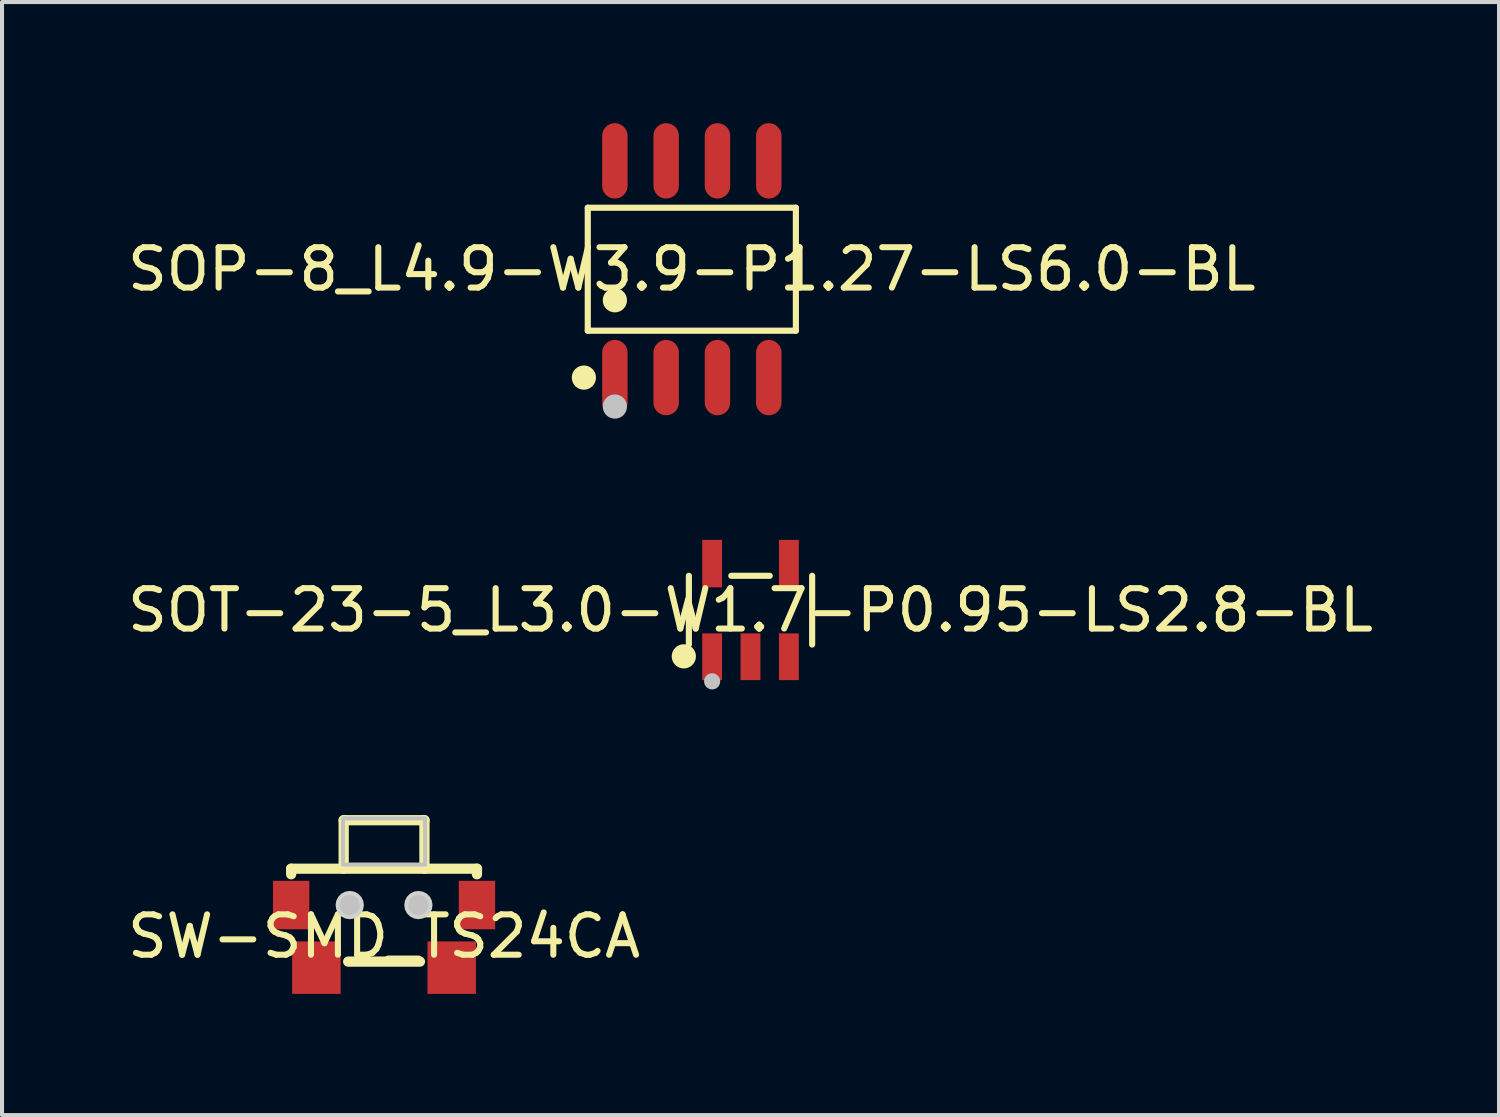
<source format=kicad_pcb>
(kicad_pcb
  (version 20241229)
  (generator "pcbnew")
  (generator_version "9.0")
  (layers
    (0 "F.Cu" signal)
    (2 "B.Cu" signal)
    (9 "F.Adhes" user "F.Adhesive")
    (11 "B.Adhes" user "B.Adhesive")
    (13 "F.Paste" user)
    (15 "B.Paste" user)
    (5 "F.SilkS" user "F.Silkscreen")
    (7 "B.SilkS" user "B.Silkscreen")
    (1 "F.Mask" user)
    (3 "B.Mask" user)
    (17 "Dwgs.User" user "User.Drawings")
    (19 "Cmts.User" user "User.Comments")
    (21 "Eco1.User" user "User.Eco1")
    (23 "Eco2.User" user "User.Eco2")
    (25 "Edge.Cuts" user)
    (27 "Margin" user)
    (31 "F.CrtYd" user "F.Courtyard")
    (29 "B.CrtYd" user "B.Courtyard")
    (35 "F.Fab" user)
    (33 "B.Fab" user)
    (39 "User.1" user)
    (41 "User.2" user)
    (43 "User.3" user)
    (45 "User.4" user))
  (footprint "SOT-23-5_L3.0-W1.7-P0.95-LS2.8-BL"
    (layer "F.Cu")
    (at 15.53 12.056)
    (property "Reference" "SOT-23-5_L3.0-W1.7-P0.95-LS2.8-BL" (at 0 0 0) (layer "F.SilkS") (effects (font (size 1 1) (thickness 0.15))))
    (fp_line (start -1.526 0.851) (end -1.526 -0.851) (stroke (width 0.152) (type default)) (layer "F.SilkS"))
    (fp_line (start 0.476 -0.851) (end -0.476 -0.851) (stroke (width 0.152) (type default)) (layer "F.SilkS"))
    (fp_line (start 1.526 0.851) (end 1.526 -0.851) (stroke (width 0.152) (type default)) (layer "F.SilkS"))
    (fp_circle (center -1.651 1.143) (end -1.501 1.143) (stroke (width 0.3) (type default)) (fill no) (layer "F.SilkS"))
    (fp_circle (center -0.95 1.762) (end -0.85 1.762) (stroke (width 0.2) (type default)) (fill no) (layer "Dwgs.User"))
    (fp_poly (pts (xy -1.125 -1) (xy -1.125 -1.4) (xy -0.775 -1.4) (xy -0.775 -1)) (stroke (width 0.1) (type default)) (fill no) (layer "User.1"))
    (fp_poly (pts (xy -1.125 -0.74) (xy -1.125 -1.01) (xy -0.775 -1.01) (xy -0.775 -0.74)) (stroke (width 0.1) (type default)) (fill no) (layer "User.1"))
    (fp_poly (pts (xy -1.125 1.01) (xy -1.125 0.74) (xy -0.775 0.74) (xy -0.775 1.01)) (stroke (width 0.1) (type default)) (fill no) (layer "User.1"))
    (fp_poly (pts (xy -1.125 1.4) (xy -1.125 1) (xy -0.775 1) (xy -0.775 1.4)) (stroke (width 0.1) (type default)) (fill no) (layer "User.1"))
    (fp_poly (pts (xy -0.175 1.01) (xy -0.175 0.74) (xy 0.175 0.74) (xy 0.175 1.01)) (stroke (width 0.1) (type default)) (fill no) (layer "User.1"))
    (fp_poly (pts (xy -0.175 1.4) (xy -0.175 1) (xy 0.175 1) (xy 0.175 1.4)) (stroke (width 0.1) (type default)) (fill no) (layer "User.1"))
    (fp_poly (pts (xy 0.775 -1) (xy 0.775 -1.4) (xy 1.125 -1.4) (xy 1.125 -1)) (stroke (width 0.1) (type default)) (fill no) (layer "User.1"))
    (fp_poly (pts (xy 0.775 -0.74) (xy 0.775 -1.01) (xy 1.125 -1.01) (xy 1.125 -0.74)) (stroke (width 0.1) (type default)) (fill no) (layer "User.1"))
    (fp_poly (pts (xy 0.775 1.01) (xy 0.775 0.74) (xy 1.125 0.74) (xy 1.125 1.01)) (stroke (width 0.1) (type default)) (fill no) (layer "User.1"))
    (fp_poly (pts (xy 0.775 1.4) (xy 0.775 1) (xy 1.125 1) (xy 1.125 1.4)) (stroke (width 0.1) (type default)) (fill no) (layer "User.1"))
    (fp_line (start -1.45 -0.775) (end 1.45 -0.775) (stroke (width 0.051) (type default)) (layer "User.2"))
    (fp_line (start -1.45 0.775) (end -1.45 -0.775) (stroke (width 0.051) (type default)) (layer "User.2"))
    (fp_line (start 1.45 -0.775) (end 1.45 0.775) (stroke (width 0.051) (type default)) (layer "User.2"))
    (fp_line (start 1.45 0.775) (end -1.45 0.775) (stroke (width 0.051) (type default)) (layer "User.2"))
    (fp_poly (pts (xy -1.36 1.37) (xy -1.378 1.328) (xy -1.42 1.31) (xy -1.462 1.328) (xy -1.48 1.37) (xy -1.462 1.412) (xy -1.42 1.43) (xy -1.378 1.412)) (stroke (width 0.1) (type default)) (fill no) (layer "User.3"))
    (pad "1" smd rect (at -0.95 1.153) (size 0.49 1.157) (layers "F.Cu" "F.Mask" "F.Paste"))
    (pad "2" smd rect (at 0 1.153) (size 0.49 1.157) (layers "F.Cu" "F.Mask" "F.Paste"))
    (pad "3" smd rect (at 0.95 1.153) (size 0.49 1.157) (layers "F.Cu" "F.Mask" "F.Paste"))
    (pad "4" smd rect (at 0.95 -1.153) (size 0.49 1.175) (layers "F.Cu" "F.Mask" "F.Paste"))
    (pad "5" smd rect (at -0.95 -1.153) (size 0.49 1.175) (layers "F.Cu" "F.Mask" "F.Paste")))
  (footprint "SOP-8_L4.9-W3.9-P1.27-LS6.0-BL"
    (layer "F.Cu")
    (at 14.077 3.615)
    (property "Reference" "SOP-8_L4.9-W3.9-P1.27-LS6.0-BL" (at 0 0 0) (layer "F.SilkS") (effects (font (size 1 1) (thickness 0.15))))
    (fp_line (start -2.576 -1.522) (end 2.576 -1.522) (stroke (width 0.152) (type default)) (layer "F.SilkS"))
    (fp_line (start -2.576 1.522) (end -2.576 -1.522) (stroke (width 0.152) (type default)) (layer "F.SilkS"))
    (fp_line (start 2.576 -1.522) (end 2.576 1.522) (stroke (width 0.152) (type default)) (layer "F.SilkS"))
    (fp_line (start 2.576 1.522) (end -2.576 1.522) (stroke (width 0.152) (type default)) (layer "F.SilkS"))
    (fp_circle (center -2.672 2.683) (end -2.522 2.683) (stroke (width 0.3) (type default)) (fill no) (layer "F.SilkS"))
    (fp_circle (center -1.905 0.769) (end -1.755 0.769) (stroke (width 0.3) (type default)) (fill no) (layer "F.SilkS"))
    (fp_circle (center -1.905 3.4) (end -1.755 3.4) (stroke (width 0.3) (type default)) (fill no) (layer "Dwgs.User"))
    (fp_poly (pts (xy -2.115 -2.165) (xy -2.115 -3) (xy -1.695 -3) (xy -1.695 -2.165)) (stroke (width 0.1) (type default)) (fill no) (layer "User.1"))
    (fp_poly (pts (xy -2.115 -1.94) (xy -2.115 -2.175) (xy -1.695 -2.175) (xy -1.695 -1.94)) (stroke (width 0.1) (type default)) (fill no) (layer "User.1"))
    (fp_poly (pts (xy -2.115 2.175) (xy -2.115 1.94) (xy -1.695 1.94) (xy -1.695 2.175)) (stroke (width 0.1) (type default)) (fill no) (layer "User.1"))
    (fp_poly (pts (xy -2.115 3) (xy -2.115 2.165) (xy -1.695 2.165) (xy -1.695 3)) (stroke (width 0.1) (type default)) (fill no) (layer "User.1"))
    (fp_poly (pts (xy -0.845 -2.165) (xy -0.845 -3) (xy -0.425 -3) (xy -0.425 -2.165)) (stroke (width 0.1) (type default)) (fill no) (layer "User.1"))
    (fp_poly (pts (xy -0.845 -1.94) (xy -0.845 -2.175) (xy -0.425 -2.175) (xy -0.425 -1.94)) (stroke (width 0.1) (type default)) (fill no) (layer "User.1"))
    (fp_poly (pts (xy -0.845 2.175) (xy -0.845 1.94) (xy -0.425 1.94) (xy -0.425 2.175)) (stroke (width 0.1) (type default)) (fill no) (layer "User.1"))
    (fp_poly (pts (xy -0.845 3) (xy -0.845 2.165) (xy -0.425 2.165) (xy -0.425 3)) (stroke (width 0.1) (type default)) (fill no) (layer "User.1"))
    (fp_poly (pts (xy 0.425 -2.165) (xy 0.425 -3) (xy 0.845 -3) (xy 0.845 -2.165)) (stroke (width 0.1) (type default)) (fill no) (layer "User.1"))
    (fp_poly (pts (xy 0.425 -1.94) (xy 0.425 -2.175) (xy 0.845 -2.175) (xy 0.845 -1.94)) (stroke (width 0.1) (type default)) (fill no) (layer "User.1"))
    (fp_poly (pts (xy 0.425 2.175) (xy 0.425 1.94) (xy 0.845 1.94) (xy 0.845 2.175)) (stroke (width 0.1) (type default)) (fill no) (layer "User.1"))
    (fp_poly (pts (xy 0.425 3) (xy 0.425 2.165) (xy 0.845 2.165) (xy 0.845 3)) (stroke (width 0.1) (type default)) (fill no) (layer "User.1"))
    (fp_poly (pts (xy 1.695 -2.165) (xy 1.695 -3) (xy 2.115 -3) (xy 2.115 -2.165)) (stroke (width 0.1) (type default)) (fill no) (layer "User.1"))
    (fp_poly (pts (xy 1.695 -1.94) (xy 1.695 -2.175) (xy 2.115 -2.175) (xy 2.115 -1.94)) (stroke (width 0.1) (type default)) (fill no) (layer "User.1"))
    (fp_poly (pts (xy 1.695 2.175) (xy 1.695 1.94) (xy 2.115 1.94) (xy 2.115 2.175)) (stroke (width 0.1) (type default)) (fill no) (layer "User.1"))
    (fp_poly (pts (xy 1.695 3) (xy 1.695 2.165) (xy 2.115 2.165) (xy 2.115 3)) (stroke (width 0.1) (type default)) (fill no) (layer "User.1"))
    (fp_line (start -2.45 -1.95) (end 2.45 -1.95) (stroke (width 0.051) (type default)) (layer "User.2"))
    (fp_line (start -2.45 1.95) (end -2.45 -1.95) (stroke (width 0.051) (type default)) (layer "User.2"))
    (fp_line (start 2.45 -1.95) (end 2.45 1.95) (stroke (width 0.051) (type default)) (layer "User.2"))
    (fp_line (start 2.45 1.95) (end -2.45 1.95) (stroke (width 0.051) (type default)) (layer "User.2"))
    (fp_poly (pts (xy -2.39 3) (xy -2.408 2.958) (xy -2.45 2.94) (xy -2.492 2.958) (xy -2.51 3) (xy -2.492 3.042) (xy -2.45 3.06) (xy -2.408 3.042)) (stroke (width 0.1) (type default)) (fill no) (layer "User.3"))
    (pad "1" smd oval (at -1.905 2.683) (size 0.63 1.865) (layers "F.Cu" "F.Mask" "F.Paste"))
    (pad "2" smd oval (at -0.635 2.683) (size 0.63 1.865) (layers "F.Cu" "F.Mask" "F.Paste"))
    (pad "3" smd oval (at 0.635 2.683) (size 0.63 1.865) (layers "F.Cu" "F.Mask" "F.Paste"))
    (pad "4" smd oval (at 1.905 2.683) (size 0.63 1.865) (layers "F.Cu" "F.Mask" "F.Paste"))
    (pad "5" smd oval (at 1.905 -2.683) (size 0.63 1.865) (layers "F.Cu" "F.Mask" "F.Paste"))
    (pad "6" smd oval (at 0.635 -2.683) (size 0.63 1.865) (layers "F.Cu" "F.Mask" "F.Paste"))
    (pad "7" smd oval (at -0.635 -2.683) (size 0.63 1.865) (layers "F.Cu" "F.Mask" "F.Paste"))
    (pad "8" smd oval (at -1.905 -2.683) (size 0.63 1.865) (layers "F.Cu" "F.Mask" "F.Paste")))
  (footprint "SW-SMD_TS24CA"
    (layer "F.Cu")
    (at 6.458 20.131)
    (property "Reference" "SW-SMD_TS24CA" (at 0 0 0) (layer "F.SilkS") (effects (font (size 1 1) (thickness 0.15))))
    (fp_line (start -2.3 -1.675) (end 2.3 -1.675) (stroke (width 0.254) (type default)) (layer "F.SilkS"))
    (fp_line (start -2.3 -1.537) (end -2.3 -1.675) (stroke (width 0.254) (type default)) (layer "F.SilkS"))
    (fp_line (start -1 -2.875) (end -1 -1.675) (stroke (width 0.254) (type default)) (layer "F.SilkS"))
    (fp_line (start -1 -2.875) (end 1 -2.875) (stroke (width 0.254) (type default)) (layer "F.SilkS"))
    (fp_line (start -0.889 0.625) (end 0.889 0.625) (stroke (width 0.254) (type default)) (layer "F.SilkS"))
    (fp_line (start 1 -2.875) (end 1 -1.675) (stroke (width 0.254) (type default)) (layer "F.SilkS"))
    (fp_line (start 2.3 -1.675) (end 2.3 -1.537) (stroke (width 0.254) (type default)) (layer "F.SilkS"))
    (fp_circle (center -0.85 -0.775) (end -0.725 -0.775) (stroke (width 0.25) (type default)) (fill no) (layer "Dwgs.User"))
    (fp_circle (center 0.85 -0.775) (end 0.975 -0.775) (stroke (width 0.25) (type default)) (fill no) (layer "Dwgs.User"))
    (fp_poly (pts (xy -1.016 -1.778) (xy -1.016 -2.921) (xy 1.016 -2.921) (xy 1.016 -1.778)) (stroke (width 0.1) (type default)) (fill no) (layer "Dwgs.User"))
    (fp_poly (pts (xy -0.5 -0.775) (xy -0.517 -0.883) (xy -0.567 -0.981) (xy -0.644 -1.058) (xy -0.742 -1.108) (xy -0.85 -1.125) (xy -0.958 -1.108) (xy -1.056 -1.058) (xy -1.133 -0.981) (xy -1.183 -0.883) (xy -1.2 -0.775) (xy -1.183 -0.667) (xy -1.133 -0.569) (xy -1.056 -0.492) (xy -0.958 -0.442) (xy -0.85 -0.425) (xy -0.742 -0.442) (xy -0.644 -0.492) (xy -0.567 -0.569) (xy -0.517 -0.667)) (stroke (width 0) (type default)) (fill yes) (layer "Edge.Cuts"))
    (fp_poly (pts (xy 1.2 -0.775) (xy 1.183 -0.883) (xy 1.133 -0.981) (xy 1.056 -1.058) (xy 0.958 -1.108) (xy 0.85 -1.125) (xy 0.742 -1.108) (xy 0.644 -1.058) (xy 0.567 -0.981) (xy 0.517 -0.883) (xy 0.5 -0.775) (xy 0.517 -0.667) (xy 0.567 -0.569) (xy 0.644 -0.492) (xy 0.742 -0.442) (xy 0.85 -0.425) (xy 0.958 -0.442) (xy 1.056 -0.492) (xy 1.133 -0.569) (xy 1.183 -0.667)) (stroke (width 0) (type default)) (fill yes) (layer "Edge.Cuts"))
    (fp_poly (pts (xy -2.155 0.126) (xy -2.155 0.133) (xy -2.154 0.126)) (stroke (width 0.1) (type default)) (fill no) (layer "User.1"))
    (fp_poly (pts (xy 2.146 0.124) (xy 2.146 0.131) (xy 2.146 0.124)) (stroke (width 0.1) (type default)) (fill no) (layer "User.1"))
    (fp_poly (pts (xy -2.175 -0.726) (xy -2.275 -0.726) (xy -2.275 -1.374) (xy -2.273 -1.375) (xy -2.175 -1.375) (xy -2.175 -1.376) (xy -2.175 -0.726) (xy -2.18 -0.726) (xy -2.193 -0.726)) (stroke (width 0.1) (type default)) (fill no) (layer "User.1"))
    (fp_poly (pts (xy 2.165 -0.726) (xy 2.275 -0.726) (xy 2.275 -0.726) (xy 2.275 -1.375) (xy 2.275 -1.375) (xy 2.166 -1.375) (xy 2.166 -1.375) (xy 2.166 -0.727) (xy 2.166 -0.726)) (stroke (width 0.1) (type default)) (fill no) (layer "User.1"))
    (fp_poly (pts (xy -2.155 0.126) (xy -2.155 0.575) (xy -1.905 0.575) (xy -1.905 0.575) (xy -1.905 0.674) (xy -1.506 0.674) (xy -1.505 0.674) (xy -1.505 0.575) (xy -1.506 0.575) (xy -1.075 0.575) (xy -1.075 0.575) (xy -1.075 0.125) (xy -1.076 0.124) (xy -2.155 0.124)) (stroke (width 0.1) (type default)) (fill no) (layer "User.1"))
    (fp_poly (pts (xy 2.147 0.123) (xy 2.147 0.573) (xy 1.897 0.573) (xy 1.897 0.574) (xy 1.897 0.673) (xy 1.498 0.673) (xy 1.497 0.672) (xy 1.497 0.574) (xy 1.497 0.573) (xy 1.075 0.575) (xy 1.075 0.576) (xy 1.075 0.462) (xy 1.075 0.349) (xy 1.075 0.127) (xy 1.076 0.126) (xy 2.146 0.123) (xy 2.146 0.124)) (stroke (width 0.1) (type default)) (fill no) (layer "User.1"))
    (fp_line (start -2.28 -1.802) (end -2.275 0.576) (stroke (width 0.051) (type default)) (layer "User.2"))
    (fp_line (start -2.275 0.576) (end -1.905 0.575) (stroke (width 0.051) (type default)) (layer "User.2"))
    (fp_line (start -1.905 0.575) (end -1.904 0.674) (stroke (width 0.051) (type default)) (layer "User.2"))
    (fp_line (start -1.904 0.674) (end -1.506 0.674) (stroke (width 0.051) (type default)) (layer "User.2"))
    (fp_line (start -1.506 0.674) (end -1.506 0.575) (stroke (width 0.051) (type default)) (layer "User.2"))
    (fp_line (start -1.506 0.575) (end -0.406 0.574) (stroke (width 0.051) (type default)) (layer "User.2"))
    (fp_line (start -1.128 -1.804) (end -2.28 -1.802) (stroke (width 0.051) (type default)) (layer "User.2"))
    (fp_line (start -1.123 -3.002) (end -1.128 -1.804) (stroke (width 0.051) (type default)) (layer "User.2"))
    (fp_line (start -0.406 0.574) (end -0.406 0.374) (stroke (width 0.051) (type default)) (layer "User.2"))
    (fp_line (start -0.406 0.574) (end -0.406 0.574) (stroke (width 0.051) (type default)) (layer "User.2"))
    (fp_line (start -0.406 0.374) (end 0.395 0.375) (stroke (width 0.051) (type default)) (layer "User.2"))
    (fp_line (start 0.395 0.375) (end 0.396 0.575) (stroke (width 0.051) (type default)) (layer "User.2"))
    (fp_line (start 0.396 0.575) (end 1.496 0.575) (stroke (width 0.051) (type default)) (layer "User.2"))
    (fp_line (start 1.127 -1.728) (end 1.139 -3.002) (stroke (width 0.051) (type default)) (layer "User.2"))
    (fp_line (start 1.139 -3.002) (end -1.123 -3.002) (stroke (width 0.051) (type default)) (layer "User.2"))
    (fp_line (start 1.496 0.575) (end 1.496 0.674) (stroke (width 0.051) (type default)) (layer "User.2"))
    (fp_line (start 1.496 0.674) (end 1.895 0.675) (stroke (width 0.051) (type default)) (layer "User.2"))
    (fp_line (start 1.595 -1.725) (end 1.127 -1.728) (stroke (width 0.051) (type default)) (layer "User.2"))
    (fp_line (start 1.615 -1.925) (end 1.595 -1.725) (stroke (width 0.051) (type default)) (layer "User.2"))
    (fp_line (start 1.876 -1.926) (end 1.615 -1.925) (stroke (width 0.051) (type default)) (layer "User.2"))
    (fp_line (start 1.895 0.575) (end 2.145 0.575) (stroke (width 0.051) (type default)) (layer "User.2"))
    (fp_line (start 1.895 0.675) (end 1.895 0.575) (stroke (width 0.051) (type default)) (layer "User.2"))
    (fp_line (start 1.897 -1.727) (end 1.876 -1.926) (stroke (width 0.051) (type default)) (layer "User.2"))
    (fp_line (start 2.145 0.575) (end 2.275 0.578) (stroke (width 0.051) (type default)) (layer "User.2"))
    (fp_line (start 2.275 0.578) (end 2.275 -1.724) (stroke (width 0.051) (type default)) (layer "User.2"))
    (fp_line (start 2.275 -1.724) (end 1.897 -1.727) (stroke (width 0.051) (type default)) (layer "User.2"))
    (fp_poly (pts (xy -2.22 -3.002) (xy -2.237 -3.044) (xy -2.28 -3.062) (xy -2.322 -3.044) (xy -2.34 -3.002) (xy -2.322 -2.96) (xy -2.28 -2.942) (xy -2.237 -2.96)) (stroke (width 0.1) (type default)) (fill no) (layer "User.3"))
    (pad "1" smd rect (at -2.3 -0.775) (size 0.9 1.2) (layers "F.Cu" "F.Mask" "F.Paste"))
    (pad "2" smd rect (at 2.3 -0.775 180) (size 0.9 1.2) (layers "F.Cu" "F.Mask" "F.Paste"))
    (pad "3" smd rect (at -1.675 0.775 180) (size 1.2 1.3) (layers "F.Cu" "F.Mask" "F.Paste"))
    (pad "4" smd rect (at 1.675 0.775 180) (size 1.2 1.3) (layers "F.Cu" "F.Mask" "F.Paste")))
  (gr_rect
    (start -3 -3)
    (end 34.06 24.555)
    (stroke (width 0.1) (type default))
    (fill no)
    (layer "Edge.Cuts")))
</source>
